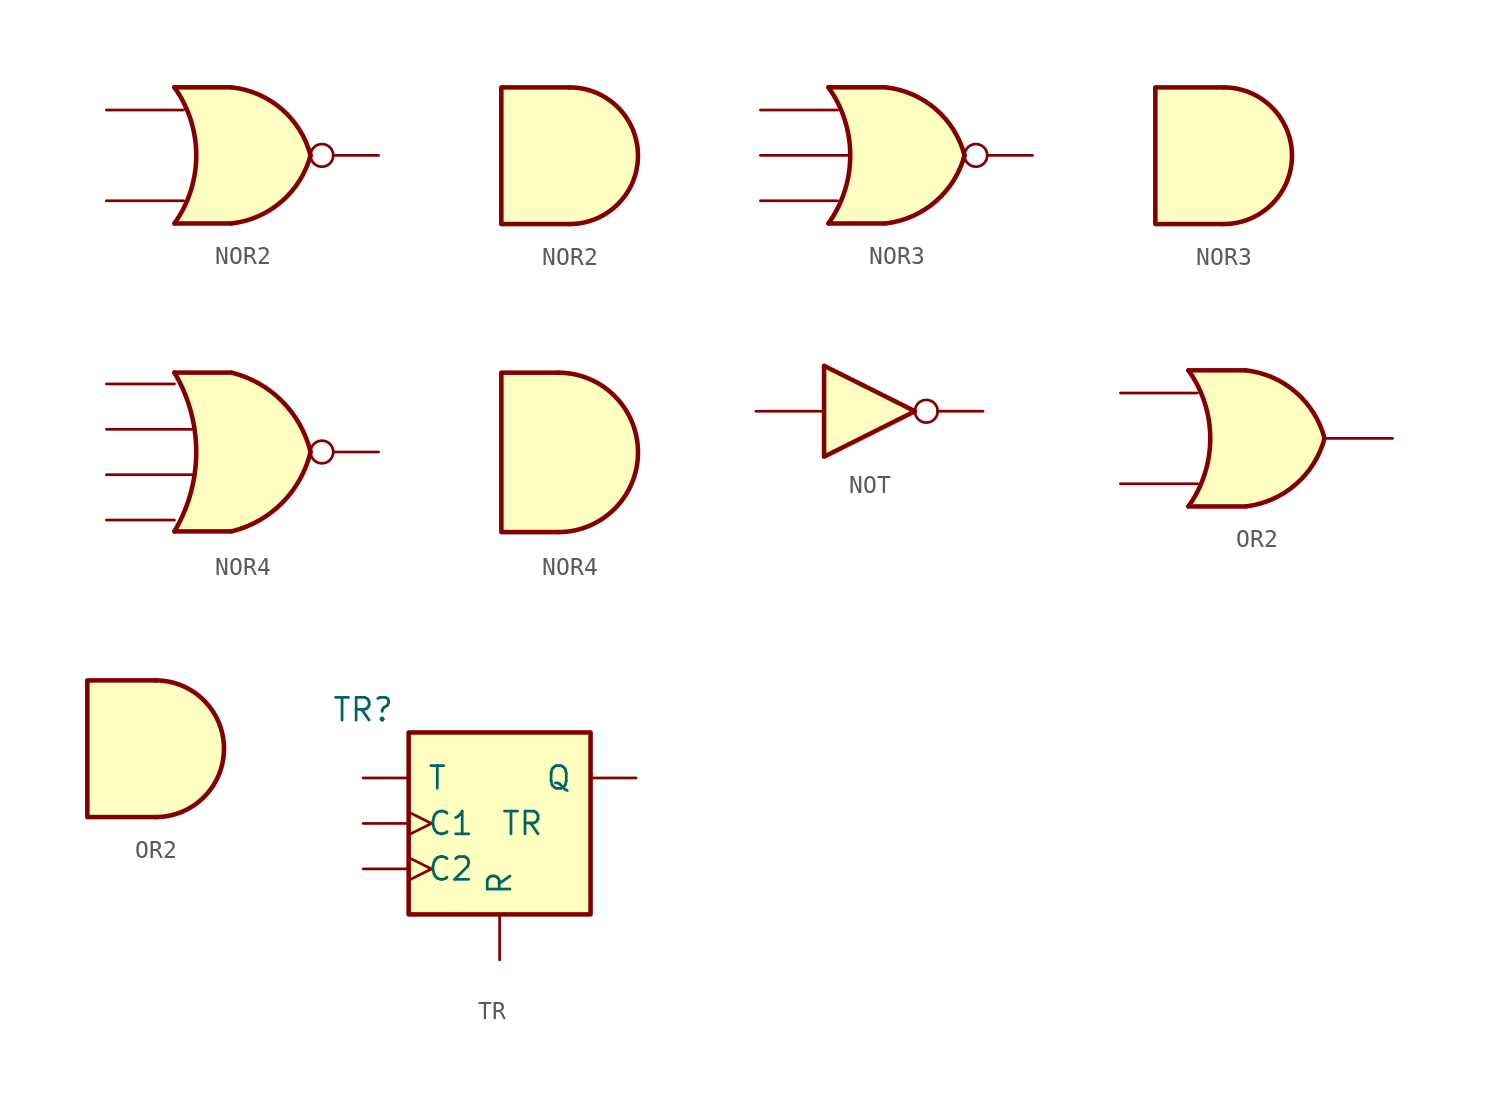
<source format=kicad_sym>
(kicad_symbol_lib
  (version 20211014)
  (generator kicad_symbol_editor)
  (symbol "NOR2"
    (pin_numbers hide)
    (pin_names
      (offset 1.016))
    (property "Reference" "NOR_"
      (at 0 0 0)
      (effects (font (size 1.27 1.27)) hide))
    (symbol "NOR2_1_1"
      (arc (start -3.81 -3.81) (mid -2.589 0) (end -3.81 3.81) (stroke (width 0.254) (type default) (color 0 0 0 0)) (fill (type none)))
      (arc (start -0.6096 -3.81) (mid 2.1855 -2.584) (end 3.81 0) (stroke (width 0.254) (type default) (color 0 0 0 0)) (fill (type background)))
      (polyline (pts (xy -3.81 -3.81) (xy -0.635 -3.81)) (stroke (width 0.254) (type default) (color 0 0 0 0)) (fill (type background)))
      (polyline (pts (xy -3.81 3.81) (xy -0.635 3.81)) (stroke (width 0.254) (type default) (color 0 0 0 0)) (fill (type background)))
      (polyline (pts (xy -0.635 3.81) (xy -3.81 3.81) (xy -3.81 3.81) (xy -3.556 3.404) (xy -3.023 2.261) (xy -2.692 1.041) (xy -2.616 -0.254) (xy -2.769 -1.499) (xy -3.175 -2.718) (xy -3.81 -3.81) (xy -3.81 -3.81) (xy -0.635 -3.81)) (stroke (width -25.4) (type default) (color 0 0 0 0)) (fill (type background)))
      (arc (start 3.81 0) (mid 2.1928 2.5925) (end -0.6096 3.81) (stroke (width 0.254) (type default) (color 0 0 0 0)) (fill (type background)))
      (pin output inverted (at 7.62 0 180) (length 3.81) (name "~" (effects (font (size 1.27 1.27)))) (number "1" (effects (font (size 1.27 1.27)))))
      (pin input line (at -7.62 2.54 0) (length 4.318) (name "~" (effects (font (size 1.27 1.27)))) (number "2" (effects (font (size 1.27 1.27)))))
      (pin input line (at -7.62 -2.54 0) (length 4.318) (name "~" (effects (font (size 1.27 1.27)))) (number "3" (effects (font (size 1.27 1.27))))))
    (symbol "NOR2_1_2"
      (arc (start 0 -3.81) (mid 3.81 0) (end 0 3.81) (stroke (width 0.254) (type default) (color 0 0 0 0)) (fill (type background)))
      (polyline (pts (xy 0 3.81) (xy -3.81 3.81) (xy -3.81 -3.81) (xy 0 -3.81)) (stroke (width 0.254) (type default) (color 0 0 0 0)) (fill (type background)))))
  (symbol "NOR3"
    (pin_numbers hide)
    (pin_names
      (offset 1.016))
    (property "Reference" "NOR_"
      (at 0 0 0)
      (effects (font (size 1.27 1.27)) hide))
    (symbol "NOR3_1_1"
      (arc (start -3.81 -3.81) (mid -2.589 0) (end -3.81 3.81) (stroke (width 0.254) (type default) (color 0 0 0 0)) (fill (type none)))
      (arc (start -0.6096 -3.81) (mid 2.1855 -2.584) (end 3.81 0) (stroke (width 0.254) (type default) (color 0 0 0 0)) (fill (type background)))
      (polyline (pts (xy -3.81 -3.81) (xy -0.635 -3.81)) (stroke (width 0.254) (type default) (color 0 0 0 0)) (fill (type background)))
      (polyline (pts (xy -3.81 3.81) (xy -0.635 3.81)) (stroke (width 0.254) (type default) (color 0 0 0 0)) (fill (type background)))
      (polyline (pts (xy -0.635 3.81) (xy -3.81 3.81) (xy -3.81 3.81) (xy -3.556 3.404) (xy -3.023 2.261) (xy -2.692 1.041) (xy -2.616 -0.254) (xy -2.769 -1.499) (xy -3.175 -2.718) (xy -3.81 -3.81) (xy -3.81 -3.81) (xy -0.635 -3.81)) (stroke (width -25.4) (type default) (color 0 0 0 0)) (fill (type background)))
      (arc (start 3.81 0) (mid 2.1928 2.5925) (end -0.6096 3.81) (stroke (width 0.254) (type default) (color 0 0 0 0)) (fill (type background)))
      (pin output inverted (at 7.62 0 180) (length 3.81) (name "~" (effects (font (size 1.27 1.27)))) (number "1" (effects (font (size 1.27 1.27)))))
      (pin input line (at -7.62 2.54 0) (length 4.318) (name "~" (effects (font (size 1.27 1.27)))) (number "2" (effects (font (size 1.27 1.27)))))
      (pin input line (at -7.62 0 0) (length 4.953) (name "~" (effects (font (size 1.27 1.27)))) (number "3" (effects (font (size 1.27 1.27)))))
      (pin input line (at -7.62 -2.54 0) (length 4.318) (name "~" (effects (font (size 1.27 1.27)))) (number "4" (effects (font (size 1.27 1.27))))))
    (symbol "NOR3_1_2"
      (arc (start 0 -3.81) (mid 3.81 0) (end 0 3.81) (stroke (width 0.254) (type default) (color 0 0 0 0)) (fill (type background)))
      (polyline (pts (xy 0 3.81) (xy -3.81 3.81) (xy -3.81 -3.81) (xy 0 -3.81)) (stroke (width 0.254) (type default) (color 0 0 0 0)) (fill (type background)))))
  (symbol "NOR4"
    (pin_numbers hide)
    (pin_names
      (offset 1.016))
    (property "Reference" "NOR_"
      (at 0 0 0)
      (effects (font (size 1.27 1.27)) hide))
    (symbol "NOR4_1_1"
      (arc (start -3.81 -4.445) (mid -2.5908 0) (end -3.81 4.445) (stroke (width 0.254) (type default) (color 0 0 0 0)) (fill (type none)))
      (arc (start -0.6096 -4.445) (mid 2.224 -2.8428) (end 3.81 0) (stroke (width 0.254) (type default) (color 0 0 0 0)) (fill (type background)))
      (polyline (pts (xy -3.81 -4.445) (xy -0.635 -4.445)) (stroke (width 0.254) (type default) (color 0 0 0 0)) (fill (type background)))
      (polyline (pts (xy -3.81 4.445) (xy -0.635 4.445)) (stroke (width 0.254) (type default) (color 0 0 0 0)) (fill (type background)))
      (polyline (pts (xy -0.635 4.445) (xy -3.81 4.445) (xy -3.81 4.445) (xy -3.632 4.089) (xy -3.099 2.921) (xy -2.769 1.676) (xy -2.616 0.432) (xy -2.642 -0.864) (xy -2.87 -2.108) (xy -3.251 -3.327) (xy -3.81 -4.445) (xy -3.81 -4.445) (xy -0.635 -4.445)) (stroke (width -25.4) (type default) (color 0 0 0 0)) (fill (type background)))
      (arc (start 3.81 0) (mid 2.2198 2.8386) (end -0.6096 4.445) (stroke (width 0.254) (type default) (color 0 0 0 0)) (fill (type background)))
      (pin output inverted (at 7.62 0 180) (length 3.81) (name "~" (effects (font (size 1.27 1.27)))) (number "1" (effects (font (size 1.27 1.27)))))
      (pin input line (at -7.62 3.81 0) (length 3.81) (name "~" (effects (font (size 1.27 1.27)))) (number "2" (effects (font (size 1.27 1.27)))))
      (pin input line (at -7.62 1.27 0) (length 4.826) (name "~" (effects (font (size 1.27 1.27)))) (number "3" (effects (font (size 1.27 1.27)))))
      (pin input line (at -7.62 -1.27 0) (length 4.826) (name "~" (effects (font (size 1.27 1.27)))) (number "4" (effects (font (size 1.27 1.27)))))
      (pin input line (at -7.62 -3.81 0) (length 3.81) (name "~" (effects (font (size 1.27 1.27)))) (number "5" (effects (font (size 1.27 1.27))))))
    (symbol "NOR4_1_2"
      (arc (start -0.635 -4.445) (mid 3.81 0) (end -0.635 4.445) (stroke (width 0.254) (type default) (color 0 0 0 0)) (fill (type background)))
      (polyline (pts (xy -0.635 4.445) (xy -3.81 4.445) (xy -3.81 -4.445) (xy -0.635 -4.445)) (stroke (width 0.254) (type default) (color 0 0 0 0)) (fill (type background)))))
  (symbol "NOT"
    (pin_numbers hide)
    (property "Reference" "NOT_"
      (at 0 3.81 0)
      (effects (font (size 1.27 1.27)) hide))
    (symbol "NOT_1_0"
      (polyline (pts (xy -2.54 2.54) (xy -2.54 -2.54) (xy 2.54 0) (xy -2.54 2.54)) (stroke (width 0.254) (type default) (color 0 0 0 0)) (fill (type background)))
      (pin output inverted (at 6.35 0 180) (length 3.81) (name "~" (effects (font (size 1.27 1.27)))) (number "1" (effects (font (size 1.27 1.27)))))
      (pin input line (at -6.35 0 0) (length 3.81) (name "~" (effects (font (size 1.27 1.27)))) (number "2" (effects (font (size 1.27 1.27)))))))
  (symbol "OR2"
    (pin_numbers hide)
    (pin_names
      (offset 1.016))
    (property "Reference" "OR_"
      (at 0 0 0)
      (effects (font (size 1.27 1.27)) hide))
    (symbol "OR2_1_1"
      (arc (start -3.81 -3.81) (mid -2.589 0) (end -3.81 3.81) (stroke (width 0.254) (type default) (color 0 0 0 0)) (fill (type none)))
      (arc (start -0.6096 -3.81) (mid 2.1855 -2.584) (end 3.81 0) (stroke (width 0.254) (type default) (color 0 0 0 0)) (fill (type background)))
      (polyline (pts (xy -3.81 -3.81) (xy -0.635 -3.81)) (stroke (width 0.254) (type default) (color 0 0 0 0)) (fill (type background)))
      (polyline (pts (xy -3.81 3.81) (xy -0.635 3.81)) (stroke (width 0.254) (type default) (color 0 0 0 0)) (fill (type background)))
      (polyline (pts (xy -0.635 3.81) (xy -3.81 3.81) (xy -3.81 3.81) (xy -3.556 3.404) (xy -3.023 2.261) (xy -2.692 1.041) (xy -2.616 -0.254) (xy -2.769 -1.499) (xy -3.175 -2.718) (xy -3.81 -3.81) (xy -3.81 -3.81) (xy -0.635 -3.81)) (stroke (width -25.4) (type default) (color 0 0 0 0)) (fill (type background)))
      (arc (start 3.81 0) (mid 2.1928 2.5925) (end -0.6096 3.81) (stroke (width 0.254) (type default) (color 0 0 0 0)) (fill (type background)))
      (pin output line (at 7.62 0 180) (length 3.81) (name "~" (effects (font (size 1.27 1.27)))) (number "1" (effects (font (size 1.27 1.27)))))
      (pin input line (at -7.62 2.54 0) (length 4.318) (name "~" (effects (font (size 1.27 1.27)))) (number "2" (effects (font (size 1.27 1.27)))))
      (pin input line (at -7.62 -2.54 0) (length 4.318) (name "~" (effects (font (size 1.27 1.27)))) (number "3" (effects (font (size 1.27 1.27))))))
    (symbol "OR2_1_2"
      (arc (start 0 -3.81) (mid 3.81 0) (end 0 3.81) (stroke (width 0.254) (type default) (color 0 0 0 0)) (fill (type background)))
      (polyline (pts (xy 0 3.81) (xy -3.81 3.81) (xy -3.81 -3.81) (xy 0 -3.81)) (stroke (width 0.254) (type default) (color 0 0 0 0)) (fill (type background)))))
  (symbol "TR"
    (pin_numbers hide)
    (pin_names
      (offset 1.016))
    (property "Reference" "TR"
      (at -7.62 6.35 0)
      (effects (font (size 1.27 1.27))))
    (property "Value" "TR"
      (at 1.27 0 0)
      (effects (font (size 1.27 1.27))))
    (symbol "TR_1_1"
      (rectangle (start -5.08 5.08) (end 5.08 -5.08) (stroke (width 0.254) (type default) (color 0 0 0 0)) (fill (type background)))
      (pin output line (at 7.62 2.54 180) (length 2.54) (name "Q" (effects (font (size 1.27 1.27)))) (number "1" (effects (font (size 1.27 1.27)))))
      (pin input line (at -7.62 2.54 0) (length 2.54) (name "T" (effects (font (size 1.27 1.27)))) (number "2" (effects (font (size 1.27 1.27)))))
      (pin input clock (at -7.62 0 0) (length 2.54) (name "C1" (effects (font (size 1.27 1.27)))) (number "3" (effects (font (size 1.27 1.27)))))
      (pin input clock (at -7.62 -2.54 0) (length 2.54) (name "C2" (effects (font (size 1.27 1.27)))) (number "4" (effects (font (size 1.27 1.27)))))
      (pin input line (at 0 -7.62 90) (length 2.54) (name "R" (effects (font (size 1.27 1.27)))) (number "5" (effects (font (size 1.27 1.27))))))))
</source>
